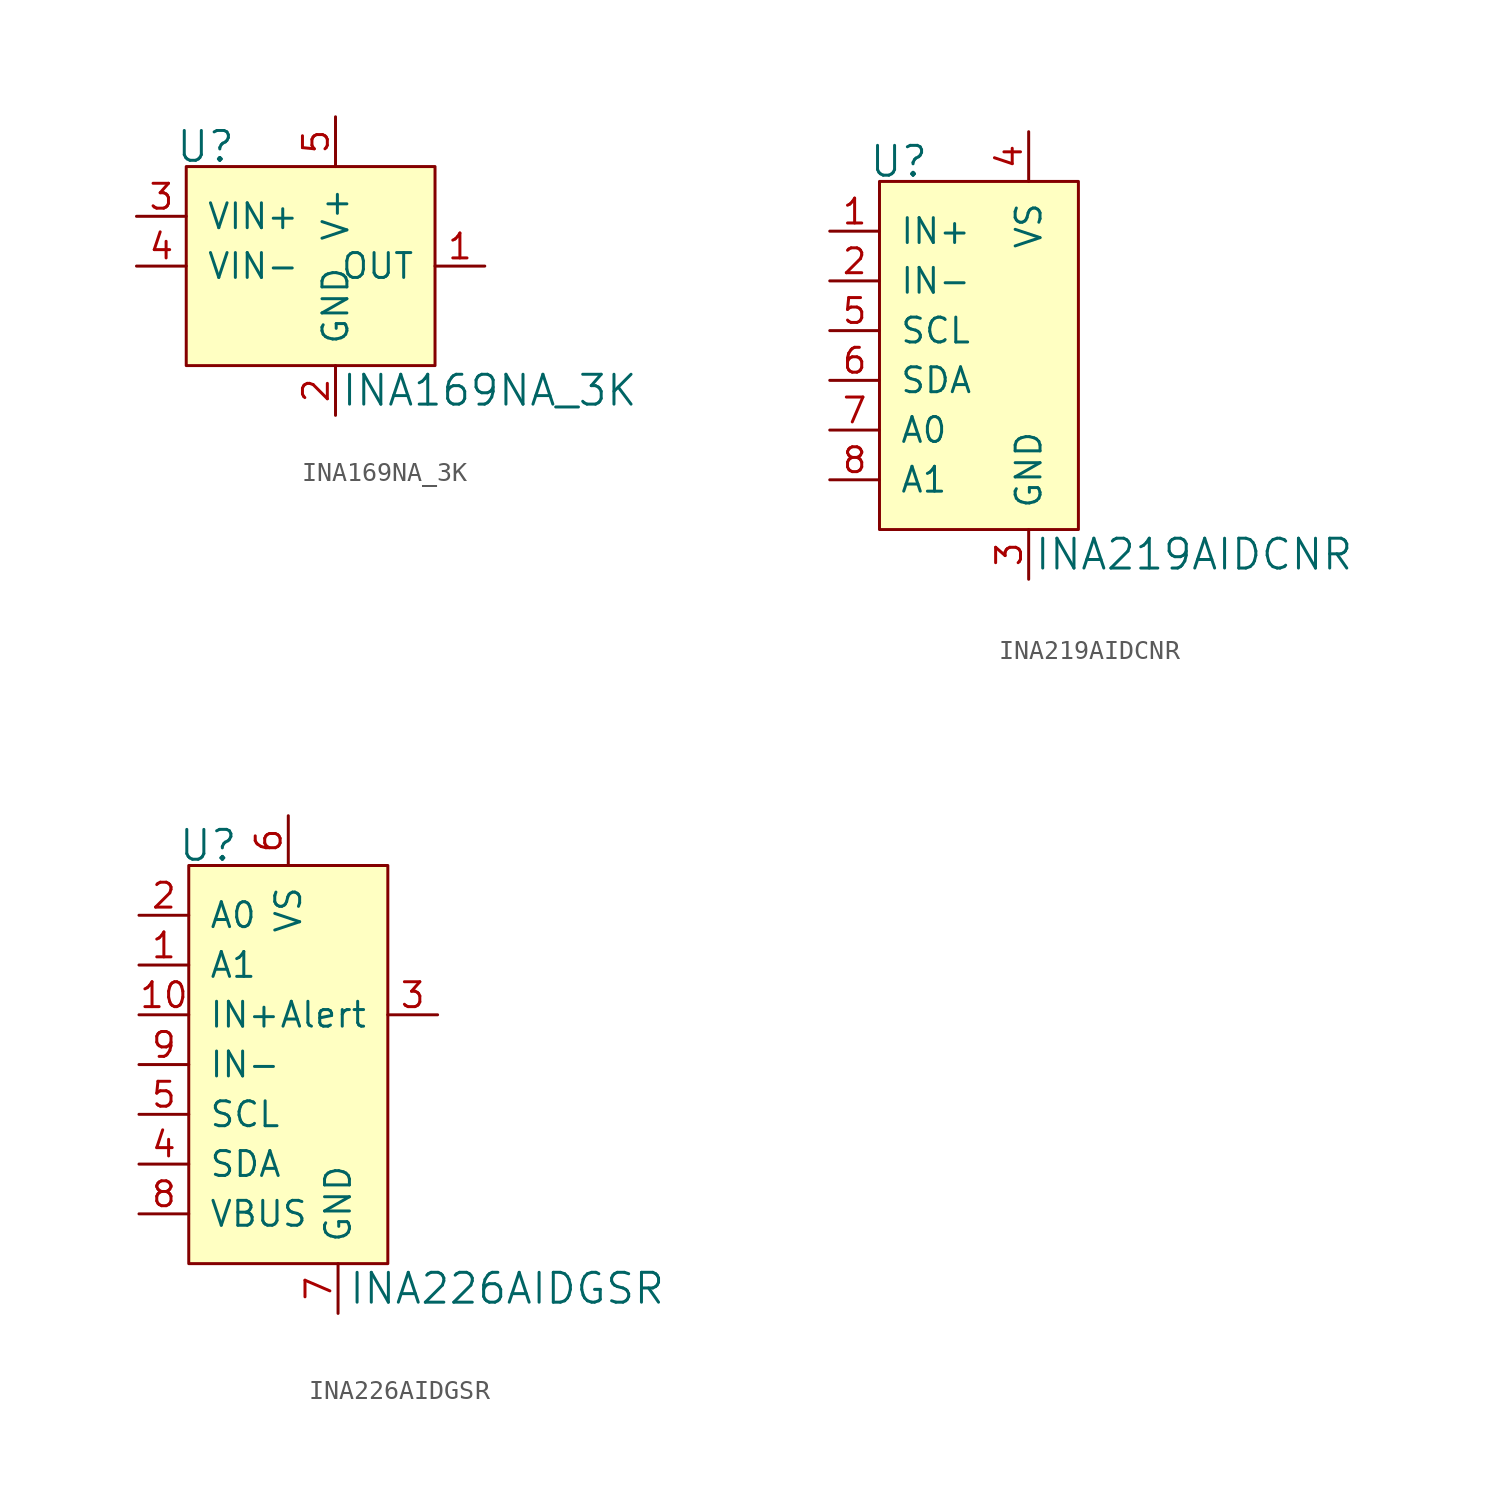
<source format=kicad_sym>
(kicad_symbol_lib
  (version 20220914)
  (generator kicad_symbol_editor)
  (symbol "INA169NA_3K"
    (pin_names
      (offset 1.016))
    (property "Reference" "U"
      (at -5.08 11.176 0)
      (effects (font (size 1.524 1.524)) (justify right)))
    (property "Value" "INA169NA_3K"
      (at 0.254 -1.27 0)
      (effects (font (size 1.524 1.524)) (justify left)))
    (symbol "INA169NA_3K_0_1"
      (rectangle (start -7.62 10.16) (end 5.08 0) (stroke (width 0) (type default)) (fill (type background))))
    (symbol "INA169NA_3K_1_1"
      (pin power_out line (at 7.62 5.08 180) (length 2.54) (name "OUT" (effects (font (size 1.27 1.27)))) (number "1" (effects (font (size 1.27 1.27)))))
      (pin power_in line (at 0 -2.54 90) (length 2.54) (name "GND" (effects (font (size 1.27 1.27)))) (number "2" (effects (font (size 1.27 1.27)))))
      (pin passive line (at -10.16 7.62 0) (length 2.54) (name "VIN+" (effects (font (size 1.27 1.27)))) (number "3" (effects (font (size 1.27 1.27)))))
      (pin passive line (at -10.16 5.08 0) (length 2.54) (name "VIN-" (effects (font (size 1.27 1.27)))) (number "4" (effects (font (size 1.27 1.27)))))
      (pin power_in line (at 0 12.7 270) (length 2.54) (name "V+" (effects (font (size 1.27 1.27)))) (number "5" (effects (font (size 1.27 1.27)))))))
  (symbol "INA219AIDCNR"
    (pin_names
      (offset 1.016))
    (property "Reference" "U"
      (at -5.08 8.636 0)
      (effects (font (size 1.524 1.524)) (justify right)))
    (property "Value" "INA219AIDCNR"
      (at 0.254 -11.43 0)
      (effects (font (size 1.524 1.524)) (justify left)))
    (symbol "INA219AIDCNR_0_1"
      (rectangle (start -7.62 7.62) (end 2.54 -10.16) (stroke (width 0) (type default)) (fill (type background))))
    (symbol "INA219AIDCNR_1_1"
      (pin input line (at -10.16 5.08 0) (length 2.54) (name "IN+" (effects (font (size 1.27 1.27)))) (number "1" (effects (font (size 1.27 1.27)))))
      (pin input line (at -10.16 2.54 0) (length 2.54) (name "IN-" (effects (font (size 1.27 1.27)))) (number "2" (effects (font (size 1.27 1.27)))))
      (pin power_in line (at 0 -12.7 90) (length 2.54) (name "GND" (effects (font (size 1.27 1.27)))) (number "3" (effects (font (size 1.27 1.27)))))
      (pin power_in line (at 0 10.16 270) (length 2.54) (name "VS" (effects (font (size 1.27 1.27)))) (number "4" (effects (font (size 1.27 1.27)))))
      (pin input line (at -10.16 0 0) (length 2.54) (name "SCL" (effects (font (size 1.27 1.27)))) (number "5" (effects (font (size 1.27 1.27)))))
      (pin bidirectional line (at -10.16 -2.54 0) (length 2.54) (name "SDA" (effects (font (size 1.27 1.27)))) (number "6" (effects (font (size 1.27 1.27)))))
      (pin input line (at -10.16 -5.08 0) (length 2.54) (name "A0" (effects (font (size 1.27 1.27)))) (number "7" (effects (font (size 1.27 1.27)))))
      (pin input line (at -10.16 -7.62 0) (length 2.54) (name "A1" (effects (font (size 1.27 1.27)))) (number "8" (effects (font (size 1.27 1.27)))))))
  (symbol "INA226AIDGSR"
    (pin_names
      (offset 1.016))
    (property "Reference" "U"
      (at -2.54 3.556 0)
      (effects (font (size 1.524 1.524)) (justify right)))
    (property "Value" "INA226AIDGSR"
      (at 3.048 -19.05 0)
      (effects (font (size 1.524 1.524)) (justify left)))
    (symbol "INA226AIDGSR_0_1"
      (rectangle (start -5.08 2.54) (end 5.08 -17.78) (stroke (width 0) (type default)) (fill (type background))))
    (symbol "INA226AIDGSR_1_1"
      (pin input line (at -7.62 -2.54 0) (length 2.54) (name "A1" (effects (font (size 1.27 1.27)))) (number "1" (effects (font (size 1.27 1.27)))))
      (pin passive line (at -7.62 -5.08 0) (length 2.54) (name "IN+" (effects (font (size 1.27 1.27)))) (number "10" (effects (font (size 1.27 1.27)))))
      (pin input line (at -7.62 0 0) (length 2.54) (name "A0" (effects (font (size 1.27 1.27)))) (number "2" (effects (font (size 1.27 1.27)))))
      (pin output line (at 7.62 -5.08 180) (length 2.54) (name "Alert" (effects (font (size 1.27 1.27)))) (number "3" (effects (font (size 1.27 1.27)))))
      (pin bidirectional line (at -7.62 -12.7 0) (length 2.54) (name "SDA" (effects (font (size 1.27 1.27)))) (number "4" (effects (font (size 1.27 1.27)))))
      (pin input line (at -7.62 -10.16 0) (length 2.54) (name "SCL" (effects (font (size 1.27 1.27)))) (number "5" (effects (font (size 1.27 1.27)))))
      (pin power_in line (at 0 5.08 270) (length 2.54) (name "VS" (effects (font (size 1.27 1.27)))) (number "6" (effects (font (size 1.27 1.27)))))
      (pin power_in line (at 2.54 -20.32 90) (length 2.54) (name "GND" (effects (font (size 1.27 1.27)))) (number "7" (effects (font (size 1.27 1.27)))))
      (pin input line (at -7.62 -15.24 0) (length 2.54) (name "VBUS" (effects (font (size 1.27 1.27)))) (number "8" (effects (font (size 1.27 1.27)))))
      (pin passive line (at -7.62 -7.62 0) (length 2.54) (name "IN-" (effects (font (size 1.27 1.27)))) (number "9" (effects (font (size 1.27 1.27))))))))
</source>
